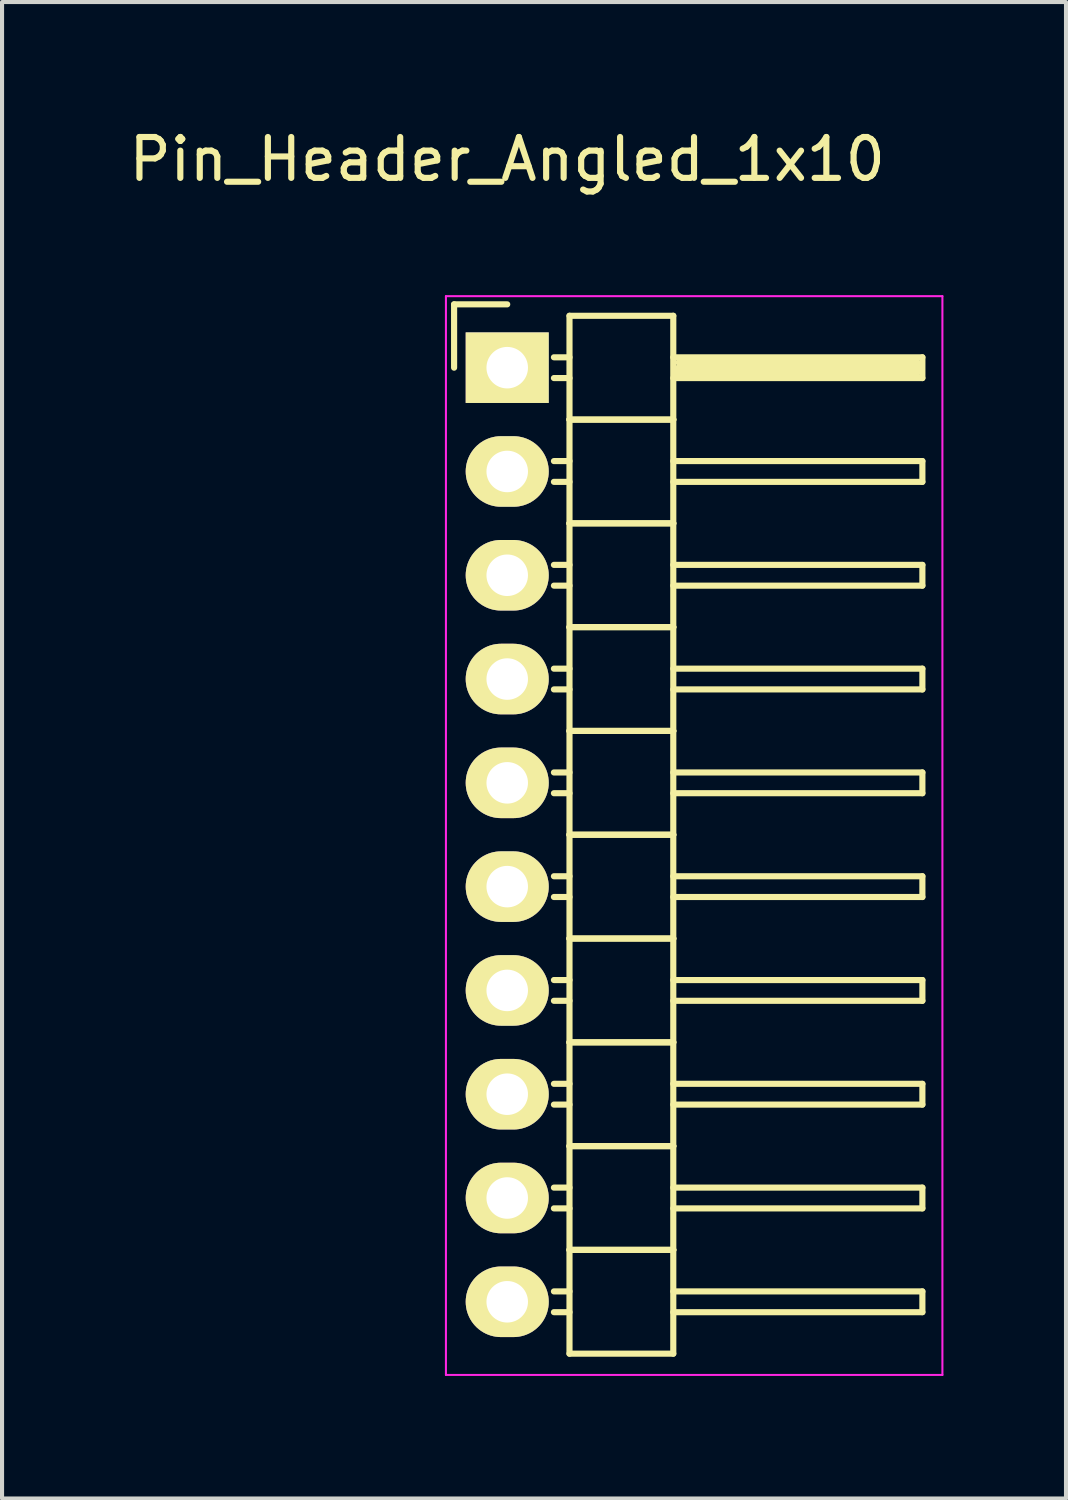
<source format=kicad_pcb>
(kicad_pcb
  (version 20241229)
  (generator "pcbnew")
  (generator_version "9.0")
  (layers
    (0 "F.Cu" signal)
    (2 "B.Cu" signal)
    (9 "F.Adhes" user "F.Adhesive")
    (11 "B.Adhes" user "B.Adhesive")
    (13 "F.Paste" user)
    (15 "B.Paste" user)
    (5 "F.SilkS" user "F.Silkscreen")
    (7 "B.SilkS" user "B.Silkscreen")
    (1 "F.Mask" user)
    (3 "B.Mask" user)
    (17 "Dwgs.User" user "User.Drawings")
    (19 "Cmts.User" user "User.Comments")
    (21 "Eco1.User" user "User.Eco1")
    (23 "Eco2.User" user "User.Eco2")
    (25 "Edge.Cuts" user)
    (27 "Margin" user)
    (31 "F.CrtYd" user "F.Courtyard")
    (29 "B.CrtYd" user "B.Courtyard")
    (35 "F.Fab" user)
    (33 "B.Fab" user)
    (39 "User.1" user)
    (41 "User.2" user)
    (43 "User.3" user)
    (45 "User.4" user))
  (footprint "Pin_Header_Angled_1x10"
    (layer "F.Cu")
    (at 9.363 5.948)
    (property "Reference" "Pin_Header_Angled_1x10" (at 0 -5.1 0) (layer "F.SilkS") (effects (font (size 1 1) (thickness 0.15))))
    (attr through_hole)
    (fp_line (start -1.3 -1.55) (end -1.3 0) (stroke (width 0.15) (type solid)) (layer "F.SilkS"))
    (fp_line (start 0 -1.55) (end -1.3 -1.55) (stroke (width 0.15) (type solid)) (layer "F.SilkS"))
    (fp_line (start 1.524 -1.27) (end 1.524 1.27) (stroke (width 0.15) (type solid)) (layer "F.SilkS"))
    (fp_line (start 1.524 -1.27) (end 4.064 -1.27) (stroke (width 0.15) (type solid)) (layer "F.SilkS"))
    (fp_line (start 1.524 -0.254) (end 1.143 -0.254) (stroke (width 0.15) (type solid)) (layer "F.SilkS"))
    (fp_line (start 1.524 0.254) (end 1.143 0.254) (stroke (width 0.15) (type solid)) (layer "F.SilkS"))
    (fp_line (start 1.524 1.27) (end 1.524 3.81) (stroke (width 0.15) (type solid)) (layer "F.SilkS"))
    (fp_line (start 1.524 1.27) (end 4.064 1.27) (stroke (width 0.15) (type solid)) (layer "F.SilkS"))
    (fp_line (start 1.524 1.27) (end 4.064 1.27) (stroke (width 0.15) (type solid)) (layer "F.SilkS"))
    (fp_line (start 1.524 2.286) (end 1.143 2.286) (stroke (width 0.15) (type solid)) (layer "F.SilkS"))
    (fp_line (start 1.524 2.794) (end 1.143 2.794) (stroke (width 0.15) (type solid)) (layer "F.SilkS"))
    (fp_line (start 1.524 3.81) (end 1.524 6.35) (stroke (width 0.15) (type solid)) (layer "F.SilkS"))
    (fp_line (start 1.524 3.81) (end 4.064 3.81) (stroke (width 0.15) (type solid)) (layer "F.SilkS"))
    (fp_line (start 1.524 3.81) (end 4.064 3.81) (stroke (width 0.15) (type solid)) (layer "F.SilkS"))
    (fp_line (start 1.524 4.826) (end 1.143 4.826) (stroke (width 0.15) (type solid)) (layer "F.SilkS"))
    (fp_line (start 1.524 5.334) (end 1.143 5.334) (stroke (width 0.15) (type solid)) (layer "F.SilkS"))
    (fp_line (start 1.524 6.35) (end 1.524 8.89) (stroke (width 0.15) (type solid)) (layer "F.SilkS"))
    (fp_line (start 1.524 6.35) (end 4.064 6.35) (stroke (width 0.15) (type solid)) (layer "F.SilkS"))
    (fp_line (start 1.524 6.35) (end 4.064 6.35) (stroke (width 0.15) (type solid)) (layer "F.SilkS"))
    (fp_line (start 1.524 7.366) (end 1.143 7.366) (stroke (width 0.15) (type solid)) (layer "F.SilkS"))
    (fp_line (start 1.524 7.874) (end 1.143 7.874) (stroke (width 0.15) (type solid)) (layer "F.SilkS"))
    (fp_line (start 1.524 8.89) (end 1.524 11.43) (stroke (width 0.15) (type solid)) (layer "F.SilkS"))
    (fp_line (start 1.524 8.89) (end 4.064 8.89) (stroke (width 0.15) (type solid)) (layer "F.SilkS"))
    (fp_line (start 1.524 8.89) (end 4.064 8.89) (stroke (width 0.15) (type solid)) (layer "F.SilkS"))
    (fp_line (start 1.524 9.906) (end 1.143 9.906) (stroke (width 0.15) (type solid)) (layer "F.SilkS"))
    (fp_line (start 1.524 10.414) (end 1.143 10.414) (stroke (width 0.15) (type solid)) (layer "F.SilkS"))
    (fp_line (start 1.524 11.43) (end 1.524 13.97) (stroke (width 0.15) (type solid)) (layer "F.SilkS"))
    (fp_line (start 1.524 11.43) (end 4.064 11.43) (stroke (width 0.15) (type solid)) (layer "F.SilkS"))
    (fp_line (start 1.524 11.43) (end 4.064 11.43) (stroke (width 0.15) (type solid)) (layer "F.SilkS"))
    (fp_line (start 1.524 12.446) (end 1.143 12.446) (stroke (width 0.15) (type solid)) (layer "F.SilkS"))
    (fp_line (start 1.524 12.954) (end 1.143 12.954) (stroke (width 0.15) (type solid)) (layer "F.SilkS"))
    (fp_line (start 1.524 13.97) (end 1.524 16.51) (stroke (width 0.15) (type solid)) (layer "F.SilkS"))
    (fp_line (start 1.524 13.97) (end 4.064 13.97) (stroke (width 0.15) (type solid)) (layer "F.SilkS"))
    (fp_line (start 1.524 13.97) (end 4.064 13.97) (stroke (width 0.15) (type solid)) (layer "F.SilkS"))
    (fp_line (start 1.524 14.986) (end 1.143 14.986) (stroke (width 0.15) (type solid)) (layer "F.SilkS"))
    (fp_line (start 1.524 15.494) (end 1.143 15.494) (stroke (width 0.15) (type solid)) (layer "F.SilkS"))
    (fp_line (start 1.524 16.51) (end 1.524 19.05) (stroke (width 0.15) (type solid)) (layer "F.SilkS"))
    (fp_line (start 1.524 16.51) (end 4.064 16.51) (stroke (width 0.15) (type solid)) (layer "F.SilkS"))
    (fp_line (start 1.524 16.51) (end 4.064 16.51) (stroke (width 0.15) (type solid)) (layer "F.SilkS"))
    (fp_line (start 1.524 17.526) (end 1.143 17.526) (stroke (width 0.15) (type solid)) (layer "F.SilkS"))
    (fp_line (start 1.524 18.034) (end 1.143 18.034) (stroke (width 0.15) (type solid)) (layer "F.SilkS"))
    (fp_line (start 1.524 19.05) (end 1.524 21.59) (stroke (width 0.15) (type solid)) (layer "F.SilkS"))
    (fp_line (start 1.524 19.05) (end 4.064 19.05) (stroke (width 0.15) (type solid)) (layer "F.SilkS"))
    (fp_line (start 1.524 19.05) (end 4.064 19.05) (stroke (width 0.15) (type solid)) (layer "F.SilkS"))
    (fp_line (start 1.524 20.066) (end 1.143 20.066) (stroke (width 0.15) (type solid)) (layer "F.SilkS"))
    (fp_line (start 1.524 20.574) (end 1.143 20.574) (stroke (width 0.15) (type solid)) (layer "F.SilkS"))
    (fp_line (start 1.524 21.59) (end 1.524 24.13) (stroke (width 0.15) (type solid)) (layer "F.SilkS"))
    (fp_line (start 1.524 21.59) (end 4.064 21.59) (stroke (width 0.15) (type solid)) (layer "F.SilkS"))
    (fp_line (start 1.524 21.59) (end 4.064 21.59) (stroke (width 0.15) (type solid)) (layer "F.SilkS"))
    (fp_line (start 1.524 22.606) (end 1.143 22.606) (stroke (width 0.15) (type solid)) (layer "F.SilkS"))
    (fp_line (start 1.524 23.114) (end 1.143 23.114) (stroke (width 0.15) (type solid)) (layer "F.SilkS"))
    (fp_line (start 1.524 24.13) (end 4.064 24.13) (stroke (width 0.15) (type solid)) (layer "F.SilkS"))
    (fp_line (start 4.064 -0.254) (end 10.16 -0.254) (stroke (width 0.15) (type solid)) (layer "F.SilkS"))
    (fp_line (start 4.064 1.27) (end 4.064 -1.27) (stroke (width 0.15) (type solid)) (layer "F.SilkS"))
    (fp_line (start 4.064 2.286) (end 10.16 2.286) (stroke (width 0.15) (type solid)) (layer "F.SilkS"))
    (fp_line (start 4.064 3.81) (end 4.064 1.27) (stroke (width 0.15) (type solid)) (layer "F.SilkS"))
    (fp_line (start 4.064 4.826) (end 10.16 4.826) (stroke (width 0.15) (type solid)) (layer "F.SilkS"))
    (fp_line (start 4.064 6.35) (end 4.064 3.81) (stroke (width 0.15) (type solid)) (layer "F.SilkS"))
    (fp_line (start 4.064 7.366) (end 10.16 7.366) (stroke (width 0.15) (type solid)) (layer "F.SilkS"))
    (fp_line (start 4.064 8.89) (end 4.064 6.35) (stroke (width 0.15) (type solid)) (layer "F.SilkS"))
    (fp_line (start 4.064 9.906) (end 10.16 9.906) (stroke (width 0.15) (type solid)) (layer "F.SilkS"))
    (fp_line (start 4.064 11.43) (end 4.064 8.89) (stroke (width 0.15) (type solid)) (layer "F.SilkS"))
    (fp_line (start 4.064 12.446) (end 10.16 12.446) (stroke (width 0.15) (type solid)) (layer "F.SilkS"))
    (fp_line (start 4.064 13.97) (end 4.064 11.43) (stroke (width 0.15) (type solid)) (layer "F.SilkS"))
    (fp_line (start 4.064 14.986) (end 10.16 14.986) (stroke (width 0.15) (type solid)) (layer "F.SilkS"))
    (fp_line (start 4.064 16.51) (end 4.064 13.97) (stroke (width 0.15) (type solid)) (layer "F.SilkS"))
    (fp_line (start 4.064 17.526) (end 10.16 17.526) (stroke (width 0.15) (type solid)) (layer "F.SilkS"))
    (fp_line (start 4.064 19.05) (end 4.064 16.51) (stroke (width 0.15) (type solid)) (layer "F.SilkS"))
    (fp_line (start 4.064 20.066) (end 10.16 20.066) (stroke (width 0.15) (type solid)) (layer "F.SilkS"))
    (fp_line (start 4.064 21.59) (end 4.064 19.05) (stroke (width 0.15) (type solid)) (layer "F.SilkS"))
    (fp_line (start 4.064 22.606) (end 10.16 22.606) (stroke (width 0.15) (type solid)) (layer "F.SilkS"))
    (fp_line (start 4.064 24.13) (end 4.064 21.59) (stroke (width 0.15) (type solid)) (layer "F.SilkS"))
    (fp_line (start 4.191 -0.127) (end 10.033 -0.127) (stroke (width 0.15) (type solid)) (layer "F.SilkS"))
    (fp_line (start 4.191 0) (end 10.033 0) (stroke (width 0.15) (type solid)) (layer "F.SilkS"))
    (fp_line (start 4.191 0.127) (end 4.191 0) (stroke (width 0.15) (type solid)) (layer "F.SilkS"))
    (fp_line (start 10.033 -0.127) (end 10.033 0.127) (stroke (width 0.15) (type solid)) (layer "F.SilkS"))
    (fp_line (start 10.033 0.127) (end 4.191 0.127) (stroke (width 0.15) (type solid)) (layer "F.SilkS"))
    (fp_line (start 10.16 -0.254) (end 10.16 0.254) (stroke (width 0.15) (type solid)) (layer "F.SilkS"))
    (fp_line (start 10.16 0.254) (end 4.064 0.254) (stroke (width 0.15) (type solid)) (layer "F.SilkS"))
    (fp_line (start 10.16 2.286) (end 10.16 2.794) (stroke (width 0.15) (type solid)) (layer "F.SilkS"))
    (fp_line (start 10.16 2.794) (end 4.064 2.794) (stroke (width 0.15) (type solid)) (layer "F.SilkS"))
    (fp_line (start 10.16 4.826) (end 10.16 5.334) (stroke (width 0.15) (type solid)) (layer "F.SilkS"))
    (fp_line (start 10.16 5.334) (end 4.064 5.334) (stroke (width 0.15) (type solid)) (layer "F.SilkS"))
    (fp_line (start 10.16 7.366) (end 10.16 7.874) (stroke (width 0.15) (type solid)) (layer "F.SilkS"))
    (fp_line (start 10.16 7.874) (end 4.064 7.874) (stroke (width 0.15) (type solid)) (layer "F.SilkS"))
    (fp_line (start 10.16 9.906) (end 10.16 10.414) (stroke (width 0.15) (type solid)) (layer "F.SilkS"))
    (fp_line (start 10.16 10.414) (end 4.064 10.414) (stroke (width 0.15) (type solid)) (layer "F.SilkS"))
    (fp_line (start 10.16 12.446) (end 10.16 12.954) (stroke (width 0.15) (type solid)) (layer "F.SilkS"))
    (fp_line (start 10.16 12.954) (end 4.064 12.954) (stroke (width 0.15) (type solid)) (layer "F.SilkS"))
    (fp_line (start 10.16 14.986) (end 10.16 15.494) (stroke (width 0.15) (type solid)) (layer "F.SilkS"))
    (fp_line (start 10.16 15.494) (end 4.064 15.494) (stroke (width 0.15) (type solid)) (layer "F.SilkS"))
    (fp_line (start 10.16 17.526) (end 10.16 18.034) (stroke (width 0.15) (type solid)) (layer "F.SilkS"))
    (fp_line (start 10.16 18.034) (end 4.064 18.034) (stroke (width 0.15) (type solid)) (layer "F.SilkS"))
    (fp_line (start 10.16 20.066) (end 10.16 20.574) (stroke (width 0.15) (type solid)) (layer "F.SilkS"))
    (fp_line (start 10.16 20.574) (end 4.064 20.574) (stroke (width 0.15) (type solid)) (layer "F.SilkS"))
    (fp_line (start 10.16 22.606) (end 10.16 23.114) (stroke (width 0.15) (type solid)) (layer "F.SilkS"))
    (fp_line (start 10.16 23.114) (end 4.064 23.114) (stroke (width 0.15) (type solid)) (layer "F.SilkS"))
    (fp_line (start -1.5 -1.75) (end -1.5 24.65) (stroke (width 0.05) (type solid)) (layer "F.CrtYd"))
    (fp_line (start -1.5 -1.75) (end 10.65 -1.75) (stroke (width 0.05) (type solid)) (layer "F.CrtYd"))
    (fp_line (start -1.5 24.65) (end 10.65 24.65) (stroke (width 0.05) (type solid)) (layer "F.CrtYd"))
    (fp_line (start 10.65 -1.75) (end 10.65 24.65) (stroke (width 0.05) (type solid)) (layer "F.CrtYd"))
    (pad "1" thru_hole rect (at 0 0) (size 2.032 1.727) (drill 1.016) (layers "*.Cu" "*.Mask" "F.SilkS"))
    (pad "2" thru_hole oval (at 0 2.54) (size 2.032 1.727) (drill 1.016) (layers "*.Cu" "*.Mask" "F.SilkS"))
    (pad "3" thru_hole oval (at 0 5.08) (size 2.032 1.727) (drill 1.016) (layers "*.Cu" "*.Mask" "F.SilkS"))
    (pad "4" thru_hole oval (at 0 7.62) (size 2.032 1.727) (drill 1.016) (layers "*.Cu" "*.Mask" "F.SilkS"))
    (pad "5" thru_hole oval (at 0 10.16) (size 2.032 1.727) (drill 1.016) (layers "*.Cu" "*.Mask" "F.SilkS"))
    (pad "6" thru_hole oval (at 0 12.7) (size 2.032 1.727) (drill 1.016) (layers "*.Cu" "*.Mask" "F.SilkS"))
    (pad "7" thru_hole oval (at 0 15.24) (size 2.032 1.727) (drill 1.016) (layers "*.Cu" "*.Mask" "F.SilkS"))
    (pad "8" thru_hole oval (at 0 17.78) (size 2.032 1.727) (drill 1.016) (layers "*.Cu" "*.Mask" "F.SilkS"))
    (pad "9" thru_hole oval (at 0 20.32) (size 2.032 1.727) (drill 1.016) (layers "*.Cu" "*.Mask" "F.SilkS"))
    (pad "10" thru_hole oval (at 0 22.86) (size 2.032 1.727) (drill 1.016) (layers "*.Cu" "*.Mask" "F.SilkS")))
  (gr_rect
    (start -3 -3)
    (end 23.038 33.623)
    (stroke (width 0.1) (type default))
    (fill no)
    (layer "Edge.Cuts")))
</source>
